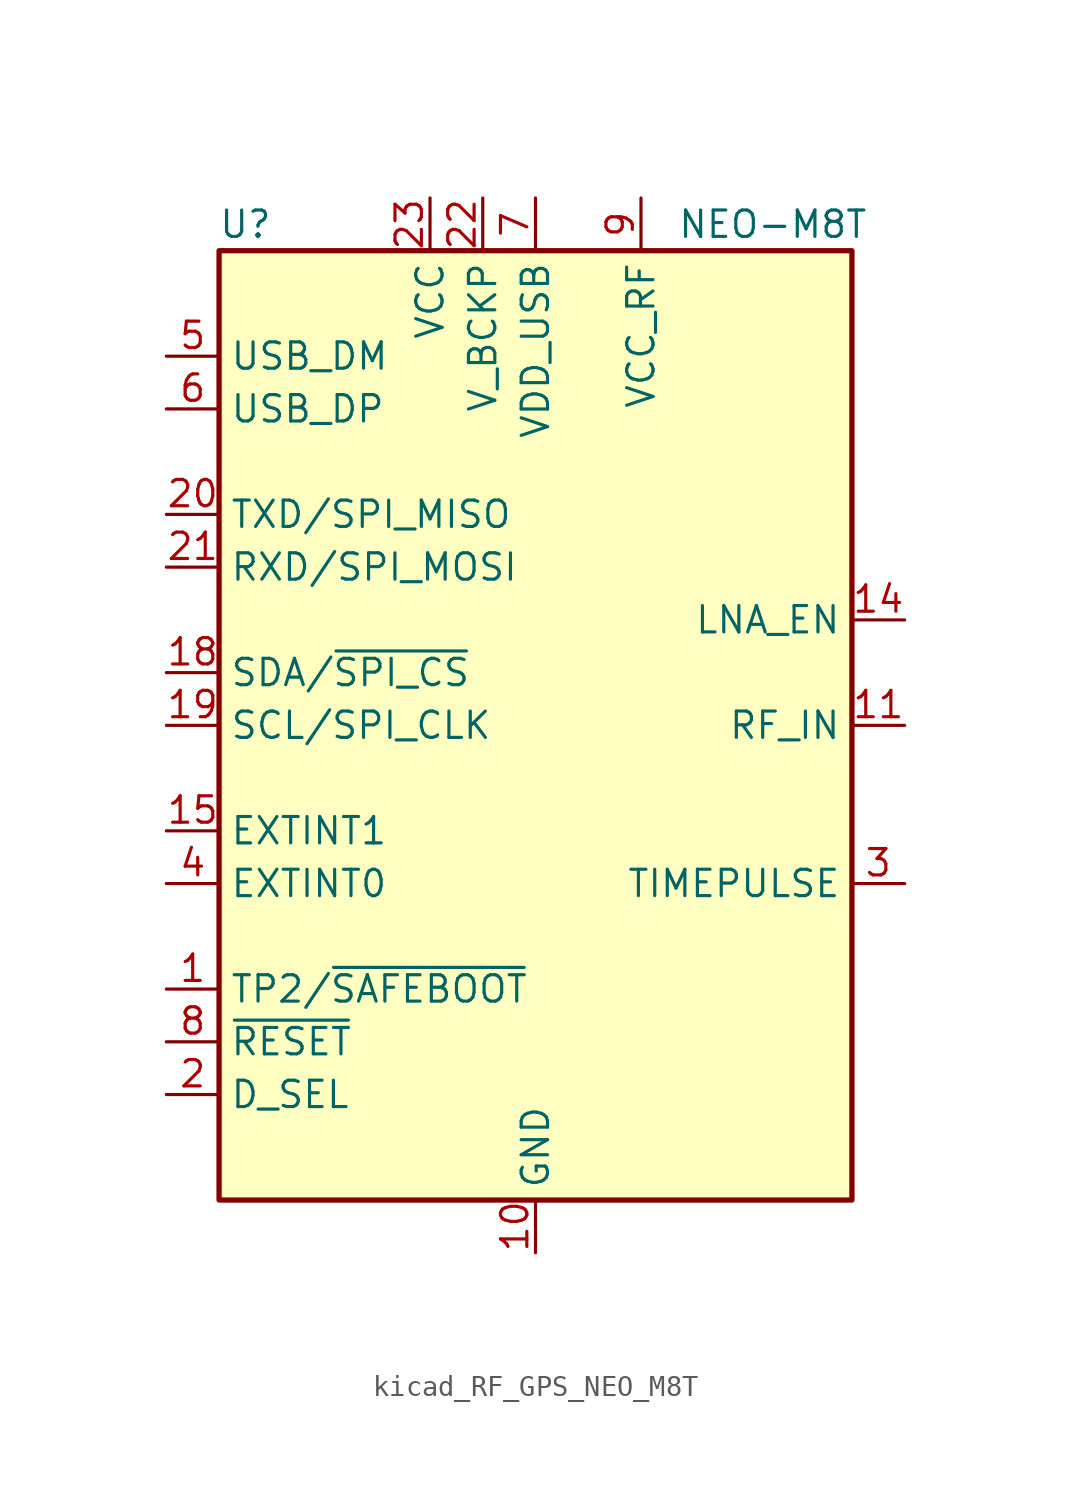
<source format=kicad_sym>
(kicad_symbol_lib
  (version 20220914)
  (generator kicad_symbol_editor)
  (symbol "kicad_RF_GPS_NEO_M8T"
    (property "Reference" "U"
      (at -13.97 24.13 0)
      (effects (font (size 1.27 1.27))))
    (property "Value" "NEO-M8T"
      (at 11.43 24.13 0)
      (effects (font (size 1.27 1.27))))
    (symbol "kicad_RF_GPS_NEO_M8T_0_1"
      (rectangle (start -15.24 22.86) (end 15.24 -22.86) (stroke (width 0.254) (type default)) (fill (type background))))
    (symbol "kicad_RF_GPS_NEO_M8T_1_1"
      (pin bidirectional line (at -17.78 -12.7 0) (length 2.54) (name "TP2/~{SAFEBOOT}" (effects (font (size 1.27 1.27)))) (number "1" (effects (font (size 1.27 1.27)))))
      (pin power_in line (at 0 -25.4 90) (length 2.54) (name "GND" (effects (font (size 1.27 1.27)))) (number "10" (effects (font (size 1.27 1.27)))))
      (pin input line (at 17.78 0 180) (length 2.54) (name "RF_IN" (effects (font (size 1.27 1.27)))) (number "11" (effects (font (size 1.27 1.27)))))
      (pin passive line (at 0 -25.4 90) (length 2.54) hide (name "GND" (effects (font (size 1.27 1.27)))) (number "12" (effects (font (size 1.27 1.27)))))
      (pin passive line (at 0 -25.4 90) (length 2.54) hide (name "GND" (effects (font (size 1.27 1.27)))) (number "13" (effects (font (size 1.27 1.27)))))
      (pin output line (at 17.78 5.08 180) (length 2.54) (name "LNA_EN" (effects (font (size 1.27 1.27)))) (number "14" (effects (font (size 1.27 1.27)))))
      (pin input line (at -17.78 -5.08 0) (length 2.54) (name "EXTINT1" (effects (font (size 1.27 1.27)))) (number "15" (effects (font (size 1.27 1.27)))))
      (pin no_connect line (at 15.24 -10.16 180) (length 2.54) hide (name "RESERVED" (effects (font (size 1.27 1.27)))) (number "16" (effects (font (size 1.27 1.27)))))
      (pin no_connect line (at 15.24 -12.7 180) (length 2.54) hide (name "RESERVED" (effects (font (size 1.27 1.27)))) (number "17" (effects (font (size 1.27 1.27)))))
      (pin bidirectional line (at -17.78 2.54 0) (length 2.54) (name "SDA/~{SPI_CS}" (effects (font (size 1.27 1.27)))) (number "18" (effects (font (size 1.27 1.27)))))
      (pin input line (at -17.78 0 0) (length 2.54) (name "SCL/SPI_CLK" (effects (font (size 1.27 1.27)))) (number "19" (effects (font (size 1.27 1.27)))))
      (pin input line (at -17.78 -17.78 0) (length 2.54) (name "D_SEL" (effects (font (size 1.27 1.27)))) (number "2" (effects (font (size 1.27 1.27)))))
      (pin output line (at -17.78 10.16 0) (length 2.54) (name "TXD/SPI_MISO" (effects (font (size 1.27 1.27)))) (number "20" (effects (font (size 1.27 1.27)))))
      (pin input line (at -17.78 7.62 0) (length 2.54) (name "RXD/SPI_MOSI" (effects (font (size 1.27 1.27)))) (number "21" (effects (font (size 1.27 1.27)))))
      (pin power_in line (at -2.54 25.4 270) (length 2.54) (name "V_BCKP" (effects (font (size 1.27 1.27)))) (number "22" (effects (font (size 1.27 1.27)))))
      (pin power_in line (at -5.08 25.4 270) (length 2.54) (name "VCC" (effects (font (size 1.27 1.27)))) (number "23" (effects (font (size 1.27 1.27)))))
      (pin passive line (at 0 -25.4 90) (length 2.54) hide (name "GND" (effects (font (size 1.27 1.27)))) (number "24" (effects (font (size 1.27 1.27)))))
      (pin output line (at 17.78 -7.62 180) (length 2.54) (name "TIMEPULSE" (effects (font (size 1.27 1.27)))) (number "3" (effects (font (size 1.27 1.27)))))
      (pin input line (at -17.78 -7.62 0) (length 2.54) (name "EXTINT0" (effects (font (size 1.27 1.27)))) (number "4" (effects (font (size 1.27 1.27)))))
      (pin bidirectional line (at -17.78 17.78 0) (length 2.54) (name "USB_DM" (effects (font (size 1.27 1.27)))) (number "5" (effects (font (size 1.27 1.27)))))
      (pin bidirectional line (at -17.78 15.24 0) (length 2.54) (name "USB_DP" (effects (font (size 1.27 1.27)))) (number "6" (effects (font (size 1.27 1.27)))))
      (pin power_in line (at 0 25.4 270) (length 2.54) (name "VDD_USB" (effects (font (size 1.27 1.27)))) (number "7" (effects (font (size 1.27 1.27)))))
      (pin input line (at -17.78 -15.24 0) (length 2.54) (name "~{RESET}" (effects (font (size 1.27 1.27)))) (number "8" (effects (font (size 1.27 1.27)))))
      (pin power_out line (at 5.08 25.4 270) (length 2.54) (name "VCC_RF" (effects (font (size 1.27 1.27)))) (number "9" (effects (font (size 1.27 1.27))))))))
</source>
